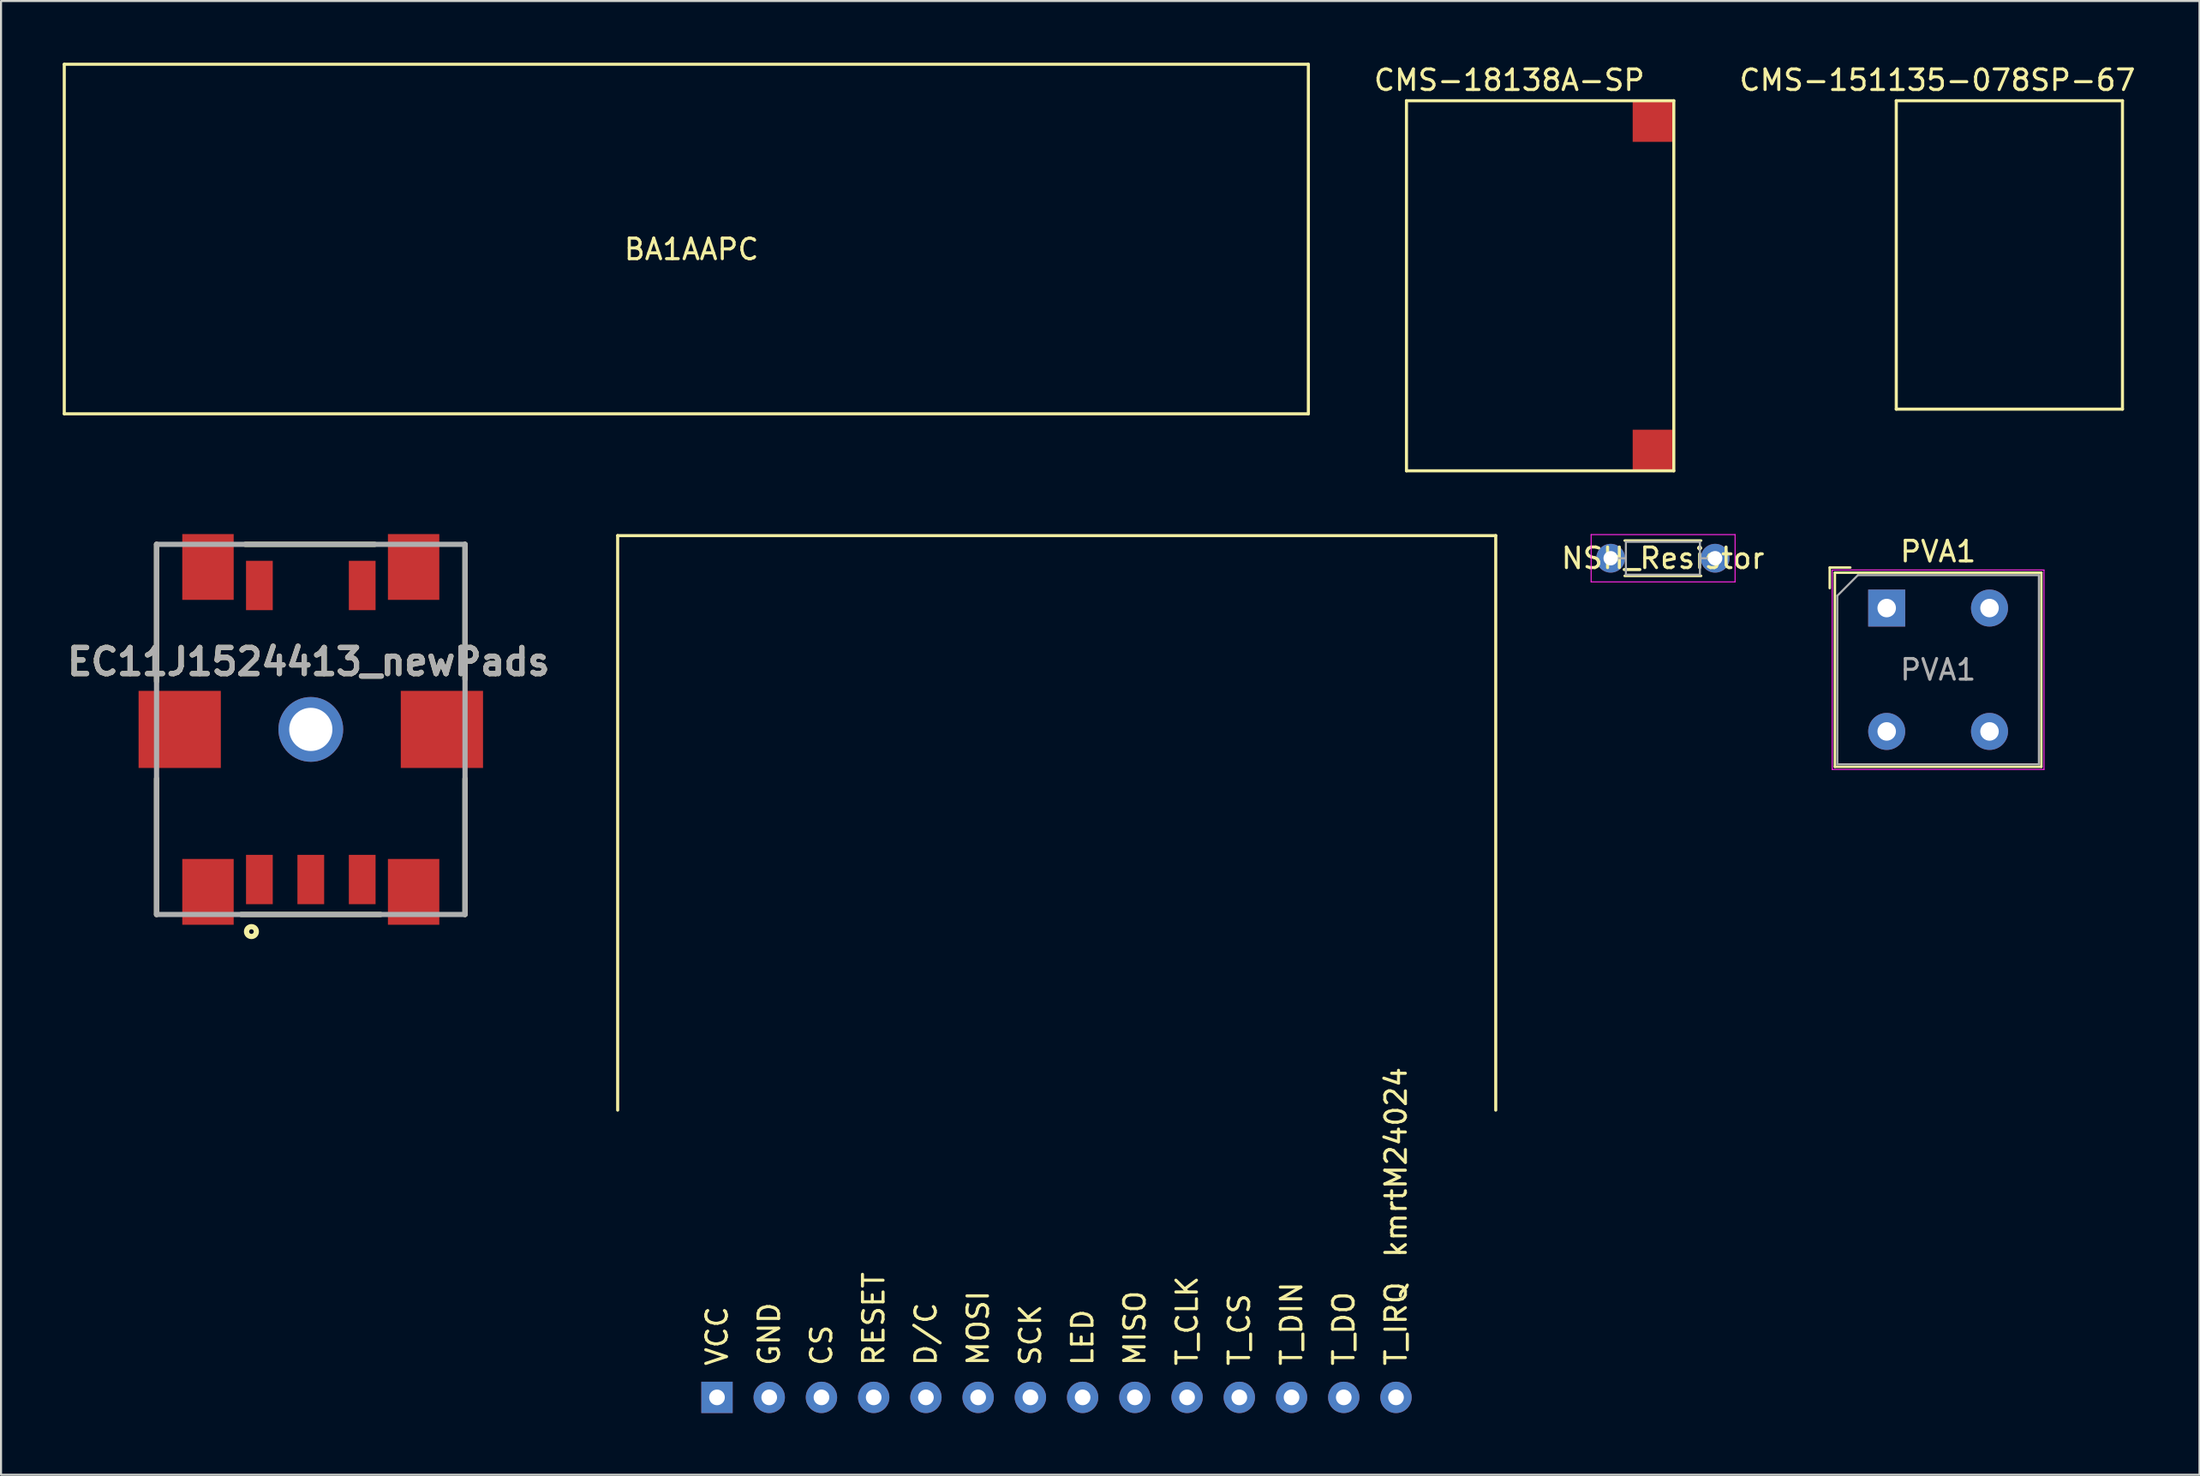
<source format=kicad_pcb>
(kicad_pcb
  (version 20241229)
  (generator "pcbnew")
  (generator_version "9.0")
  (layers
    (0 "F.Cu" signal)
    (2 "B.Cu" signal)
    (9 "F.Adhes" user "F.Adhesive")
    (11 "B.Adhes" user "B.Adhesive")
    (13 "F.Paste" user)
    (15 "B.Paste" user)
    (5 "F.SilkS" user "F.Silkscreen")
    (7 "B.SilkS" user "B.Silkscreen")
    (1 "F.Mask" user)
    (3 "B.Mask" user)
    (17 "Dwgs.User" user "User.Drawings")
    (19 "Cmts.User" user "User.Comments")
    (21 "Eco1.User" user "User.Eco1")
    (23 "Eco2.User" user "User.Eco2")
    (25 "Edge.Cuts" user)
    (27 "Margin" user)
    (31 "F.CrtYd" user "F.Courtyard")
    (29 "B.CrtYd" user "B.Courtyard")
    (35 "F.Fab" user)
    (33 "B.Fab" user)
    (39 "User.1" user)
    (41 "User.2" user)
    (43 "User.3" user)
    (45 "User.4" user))
  (footprint "NSH_Resistor"
    (layer "F.Cu")
    (at 75.276 24.098)
    (property "Reference" "NSH_Resistor" (at 2.54 0 0) (layer "F.SilkS") (effects (font (size 1 1) (thickness 0.15))))
    (attr through_hole)
    (fp_line (start 0.68 -0.86) (end 4.4 -0.86) (stroke (width 0.12) (type solid)) (layer "F.SilkS"))
    (fp_line (start 0.68 0.86) (end 4.4 0.86) (stroke (width 0.12) (type solid)) (layer "F.SilkS"))
    (fp_line (start -0.95 -1.15) (end -0.95 1.15) (stroke (width 0.05) (type solid)) (layer "F.CrtYd"))
    (fp_line (start -0.95 1.15) (end 6.05 1.15) (stroke (width 0.05) (type solid)) (layer "F.CrtYd"))
    (fp_line (start 6.05 -1.15) (end -0.95 -1.15) (stroke (width 0.05) (type solid)) (layer "F.CrtYd"))
    (fp_line (start 6.05 1.15) (end 6.05 -1.15) (stroke (width 0.05) (type solid)) (layer "F.CrtYd"))
    (fp_line (start 0 0) (end 0.74 0) (stroke (width 0.1) (type solid)) (layer "F.Fab"))
    (fp_line (start 0.74 -0.8) (end 0.74 0.8) (stroke (width 0.1) (type solid)) (layer "F.Fab"))
    (fp_line (start 0.74 0.8) (end 4.34 0.8) (stroke (width 0.1) (type solid)) (layer "F.Fab"))
    (fp_line (start 4.34 -0.8) (end 0.74 -0.8) (stroke (width 0.1) (type solid)) (layer "F.Fab"))
    (fp_line (start 4.34 0.8) (end 4.34 -0.8) (stroke (width 0.1) (type solid)) (layer "F.Fab"))
    (fp_line (start 5.08 0) (end 4.34 0) (stroke (width 0.1) (type solid)) (layer "F.Fab"))
    (pad "1" thru_hole circle (at 0 0) (size 1.4 1.4) (drill 0.7) (layers "*.Cu" "*.Mask"))
    (pad "2" thru_hole oval (at 5.08 0) (size 1.4 1.4) (drill 0.7) (layers "*.Cu" "*.Mask")))
  (footprint "CMS-151135-078SP-67"
    (layer "F.Cu")
    (at 95.165 8.848)
    (property "Reference" "CMS-151135-078SP-67" (at -4 -8 0) (layer "F.SilkS") (effects (font (size 1 1) (thickness 0.15))))
    (attr through_hole)
    (fp_line (start -6 -7) (end 5 -7) (stroke (width 0.15) (type solid)) (layer "F.SilkS"))
    (fp_line (start -6 8) (end -6 -7) (stroke (width 0.15) (type solid)) (layer "F.SilkS"))
    (fp_line (start 5 -7) (end 5 8) (stroke (width 0.15) (type solid)) (layer "F.SilkS"))
    (fp_line (start 5 8) (end -6 8) (stroke (width 0.15) (type solid)) (layer "F.SilkS")))
  (footprint "BA1AAPC"
    (layer "F.Cu")
    (at 30.575 8.575)
    (property "Reference" "BA1AAPC" (at 0 0.5 0) (layer "F.SilkS") (effects (font (size 1 1) (thickness 0.15))))
    (attr through_hole)
    (fp_line (start -30.5 -8.5) (end 30 -8.5) (stroke (width 0.15) (type solid)) (layer "F.SilkS"))
    (fp_line (start -30.5 8.5) (end -30.5 -8.5) (stroke (width 0.15) (type solid)) (layer "F.SilkS"))
    (fp_line (start 30 -8.5) (end 30 8.5) (stroke (width 0.15) (type solid)) (layer "F.SilkS"))
    (fp_line (start 30 8.5) (end -30.5 8.5) (stroke (width 0.15) (type solid)) (layer "F.SilkS")))
  (footprint "CMS-18138A-SP"
    (layer "F.Cu")
    (at 74.346 8.848)
    (property "Reference" "CMS-18138A-SP" (at -4 -8 0) (layer "F.SilkS") (effects (font (size 1 1) (thickness 0.15))))
    (attr through_hole)
    (fp_line (start -9 -7) (end 4 -7) (stroke (width 0.15) (type solid)) (layer "F.SilkS"))
    (fp_line (start -9 11) (end -9 -7) (stroke (width 0.15) (type solid)) (layer "F.SilkS"))
    (fp_line (start 4 -7) (end 4 11) (stroke (width 0.15) (type solid)) (layer "F.SilkS"))
    (fp_line (start 4 11) (end -9 11) (stroke (width 0.15) (type solid)) (layer "F.SilkS"))
    (pad "1" smd rect (at 3 -6) (size 2 2) (layers "F.Cu" "F.Mask" "F.Paste"))
    (pad "2" smd rect (at 3 10) (size 2 2) (layers "F.Cu" "F.Mask" "F.Paste")))
  (footprint "PVA1"
    (layer "F.Cu")
    (at 88.699 26.521)
    (property "Reference" "PVA1" (at 2.5 -2.75 0) (layer "F.SilkS") (effects (font (size 1 1) (thickness 0.15))))
    (attr through_hole)
    (fp_line (start -2.77 -0.97) (end -2.77 -1.97) (stroke (width 0.12) (type solid)) (layer "F.SilkS"))
    (fp_line (start -2.52 7.72) (end -2.52 -1.72) (stroke (width 0.12) (type solid)) (layer "F.SilkS"))
    (fp_line (start -1.77 -1.97) (end -2.77 -1.97) (stroke (width 0.12) (type solid)) (layer "F.SilkS"))
    (fp_line (start 7.52 -1.72) (end -2.52 -1.72) (stroke (width 0.12) (type solid)) (layer "F.SilkS"))
    (fp_line (start 7.52 7.72) (end -2.52 7.72) (stroke (width 0.12) (type solid)) (layer "F.SilkS"))
    (fp_line (start 7.52 7.72) (end 7.52 -1.72) (stroke (width 0.12) (type solid)) (layer "F.SilkS"))
    (fp_line (start -2.65 -1.85) (end 7.65 -1.85) (stroke (width 0.05) (type solid)) (layer "F.CrtYd"))
    (fp_line (start -2.65 7.85) (end -2.65 -1.85) (stroke (width 0.05) (type solid)) (layer "F.CrtYd"))
    (fp_line (start -2.65 7.85) (end 7.65 7.85) (stroke (width 0.05) (type solid)) (layer "F.CrtYd"))
    (fp_line (start 7.65 -1.85) (end 7.65 7.85) (stroke (width 0.05) (type solid)) (layer "F.CrtYd"))
    (fp_line (start -2.4 -0.6) (end -1.4 -1.6) (stroke (width 0.1) (type solid)) (layer "F.Fab"))
    (fp_line (start -2.4 7.6) (end -2.4 -0.6) (stroke (width 0.1) (type solid)) (layer "F.Fab"))
    (fp_line (start -1.4 -1.6) (end 7.4 -1.6) (stroke (width 0.1) (type solid)) (layer "F.Fab"))
    (fp_line (start 7.4 -1.6) (end 7.4 7.6) (stroke (width 0.1) (type solid)) (layer "F.Fab"))
    (fp_line (start 7.4 7.6) (end -2.4 7.6) (stroke (width 0.1) (type solid)) (layer "F.Fab"))
    (fp_text user "${REFERENCE}" (at 2.5 3 0) (layer "F.Fab") (effects (font (size 1 1) (thickness 0.15))))
    (pad "1" thru_hole rect (at 0 0 90) (size 1.8 1.8) (drill 0.9) (layers "*.Cu" "*.Mask"))
    (pad "2" thru_hole circle (at 5 0 90) (size 1.8 1.8) (drill 0.9) (layers "*.Cu" "*.Mask"))
    (pad "3" thru_hole circle (at 0 6 90) (size 1.8 1.8) (drill 0.9) (layers "*.Cu" "*.Mask"))
    (pad "4" thru_hole circle (at 5 6 90) (size 1.8 1.8) (drill 0.9) (layers "*.Cu" "*.Mask")))
  (footprint "kmrtM24024"
    (layer "F.Cu")
    (at 39.437 31.888)
    (property "Reference" "kmrtM24024" (at 25.4 21.59 90) (layer "F.SilkS") (effects (font (size 1 1) (thickness 0.15))))
    (attr through_hole)
    (fp_line (start -12.45 -8.89) (end 30.25 -8.89) (stroke (width 0.15) (type solid)) (layer "F.SilkS"))
    (fp_line (start -12.45 19.05) (end -12.45 -8.89) (stroke (width 0.15) (type solid)) (layer "F.SilkS"))
    (fp_line (start 30.25 19.05) (end 30.25 -8.89) (stroke (width 0.15) (type solid)) (layer "F.SilkS"))
    (fp_text user "T_DIN" (at 20.32 29.44 90) (layer "F.SilkS") (effects (font (size 1 1) (thickness 0.15))))
    (fp_text user "T_CLK" (at 15.24 29.297 90) (layer "F.SilkS") (effects (font (size 1 1) (thickness 0.15))))
    (fp_text user "D/C" (at 2.54 29.94 90) (layer "F.SilkS") (effects (font (size 1 1) (thickness 0.15))))
    (fp_text user "T_CS" (at 17.78 29.726 90) (layer "F.SilkS") (effects (font (size 1 1) (thickness 0.15))))
    (fp_text user "T_IRQ" (at 25.4 29.44 90) (layer "F.SilkS") (effects (font (size 1 1) (thickness 0.15))))
    (fp_text user "MISO" (at 12.7 29.654 90) (layer "F.SilkS") (effects (font (size 1 1) (thickness 0.15))))
    (fp_text user "T_DO" (at 22.86 29.678 90) (layer "F.SilkS") (effects (font (size 1 1) (thickness 0.15))))
    (fp_text user "CS" (at -2.54 30.488 90) (layer "F.SilkS") (effects (font (size 1 1) (thickness 0.15))))
    (fp_text user "VCC" (at -7.62 30.035 90) (layer "F.SilkS") (effects (font (size 1 1) (thickness 0.15))))
    (fp_text user "GND" (at -5.08 29.94 90) (layer "F.SilkS") (effects (font (size 1 1) (thickness 0.15))))
    (fp_text user "RESET" (at 0 29.202 90) (layer "F.SilkS") (effects (font (size 1 1) (thickness 0.15))))
    (fp_text user "LED" (at 10.16 30.107 90) (layer "F.SilkS") (effects (font (size 1 1) (thickness 0.15))))
    (fp_text user "SCK" (at 7.62 29.988 90) (layer "F.SilkS") (effects (font (size 1 1) (thickness 0.15))))
    (fp_text user "MOSI" (at 5.08 29.654 90) (layer "F.SilkS") (effects (font (size 1 1) (thickness 0.15))))
    (pad "1" thru_hole rect (at -7.62 33.02) (size 1.524 1.524) (drill 0.762) (layers "*.Cu" "*.Mask"))
    (pad "2" thru_hole circle (at -5.08 33.02) (size 1.524 1.524) (drill 0.762) (layers "*.Cu" "*.Mask"))
    (pad "3" thru_hole circle (at -2.54 33.02) (size 1.524 1.524) (drill 0.762) (layers "*.Cu" "*.Mask"))
    (pad "4" thru_hole circle (at 0 33.02) (size 1.524 1.524) (drill 0.762) (layers "*.Cu" "*.Mask"))
    (pad "5" thru_hole circle (at 2.54 33.02) (size 1.524 1.524) (drill 0.762) (layers "*.Cu" "*.Mask"))
    (pad "6" thru_hole circle (at 5.08 33.02) (size 1.524 1.524) (drill 0.762) (layers "*.Cu" "*.Mask"))
    (pad "7" thru_hole circle (at 7.62 33.02) (size 1.524 1.524) (drill 0.762) (layers "*.Cu" "*.Mask"))
    (pad "8" thru_hole circle (at 10.16 33.02) (size 1.524 1.524) (drill 0.762) (layers "*.Cu" "*.Mask"))
    (pad "9" thru_hole circle (at 12.7 33.02) (size 1.524 1.524) (drill 0.762) (layers "*.Cu" "*.Mask"))
    (pad "10" thru_hole circle (at 15.24 33.02) (size 1.524 1.524) (drill 0.762) (layers "*.Cu" "*.Mask"))
    (pad "11" thru_hole circle (at 17.78 33.02) (size 1.524 1.524) (drill 0.762) (layers "*.Cu" "*.Mask"))
    (pad "12" thru_hole circle (at 20.32 33.02) (size 1.524 1.524) (drill 0.762) (layers "*.Cu" "*.Mask"))
    (pad "13" thru_hole circle (at 22.86 33.02) (size 1.524 1.524) (drill 0.762) (layers "*.Cu" "*.Mask"))
    (pad "14" thru_hole circle (at 25.4 33.02) (size 1.524 1.524) (drill 0.762) (layers "*.Cu" "*.Mask")))
  (footprint "EC11J1524413_newPads"
    (layer "F.Cu")
    (at 12.064 32.423)
    (property "Reference" "EC11J1524413_newPads" (at -0.108 -3.29 0) (layer "F.SilkS") (effects (font (size 1.27 1.27) (thickness 0.254))))
    (attr through_hole)
    (fp_line (start -7.5 -9) (end -7.5 -2.336) (stroke (width 0.254) (type solid)) (layer "F.SilkS"))
    (fp_line (start -7.5 9) (end -7.5 2.397) (stroke (width 0.254) (type solid)) (layer "F.SilkS"))
    (fp_line (start -3.382 9) (end 3.391 9) (stroke (width 0.254) (type solid)) (layer "F.SilkS"))
    (fp_line (start -3.181 -9) (end 3.107 -9) (stroke (width 0.254) (type solid)) (layer "F.SilkS"))
    (fp_line (start 7.5 -9) (end 7.5 -2.442) (stroke (width 0.254) (type solid)) (layer "F.SilkS"))
    (fp_line (start 7.5 9) (end 7.5 2.397) (stroke (width 0.254) (type solid)) (layer "F.SilkS"))
    (fp_circle (center -2.887 9.832) (end -2.887 9.944) (stroke (width 0.254) (type solid)) (fill no) (layer "F.SilkS"))
    (fp_line (start -7.5 -9) (end 7.5 -9) (stroke (width 0.254) (type solid)) (layer "F.Fab"))
    (fp_line (start -7.5 9) (end -7.5 -9) (stroke (width 0.254) (type solid)) (layer "F.Fab"))
    (fp_line (start 7.5 -9) (end 7.5 9) (stroke (width 0.254) (type solid)) (layer "F.Fab"))
    (fp_line (start 7.5 9) (end -7.5 9) (stroke (width 0.254) (type solid)) (layer "F.Fab"))
    (fp_text user "${REFERENCE}" (at -0.108 -3.29 0) (layer "F.Fab") (effects (font (size 1.27 1.27) (thickness 0.254))))
    (pad "3" smd rect (at -6.375 0 90) (size 3.75 4) (layers "F.Cu" "F.Mask" "F.Paste"))
    (pad "3" smd rect (at -5 -7.9) (size 2.5 3.2) (layers "F.Cu" "F.Mask" "F.Paste"))
    (pad "3" smd rect (at -5 7.9) (size 2.5 3.2) (layers "F.Cu" "F.Mask" "F.Paste"))
    (pad "3" smd rect (at 5 -7.9) (size 2.5 3.2) (layers "F.Cu" "F.Mask" "F.Paste"))
    (pad "3" smd rect (at 5 7.9) (size 2.5 3.2) (layers "F.Cu" "F.Mask" "F.Paste"))
    (pad "3" smd rect (at 6.375 0 90) (size 3.75 4) (layers "F.Cu" "F.Mask" "F.Paste"))
    (pad "12" thru_hole circle (at 0 0) (size 3.15 3.15) (drill 2.1) (layers "*.Cu" "*.Mask"))
    (pad "A" smd rect (at -2.5 7.3) (size 1.3 2.4) (layers "F.Cu" "F.Mask" "F.Paste"))
    (pad "B" smd rect (at 2.5 7.3) (size 1.3 2.4) (layers "F.Cu" "F.Mask" "F.Paste"))
    (pad "C" smd rect (at 0 7.3) (size 1.3 2.4) (layers "F.Cu" "F.Mask" "F.Paste"))
    (pad "D" smd rect (at -2.5 -7) (size 1.3 2.4) (layers "F.Cu" "F.Mask" "F.Paste"))
    (pad "E" smd rect (at 2.5 -7) (size 1.3 2.4) (layers "F.Cu" "F.Mask" "F.Paste")))
  (gr_rect
    (start -3 -3)
    (end 103.91 68.67)
    (stroke (width 0.1) (type default))
    (fill no)
    (layer "Edge.Cuts")))
</source>
